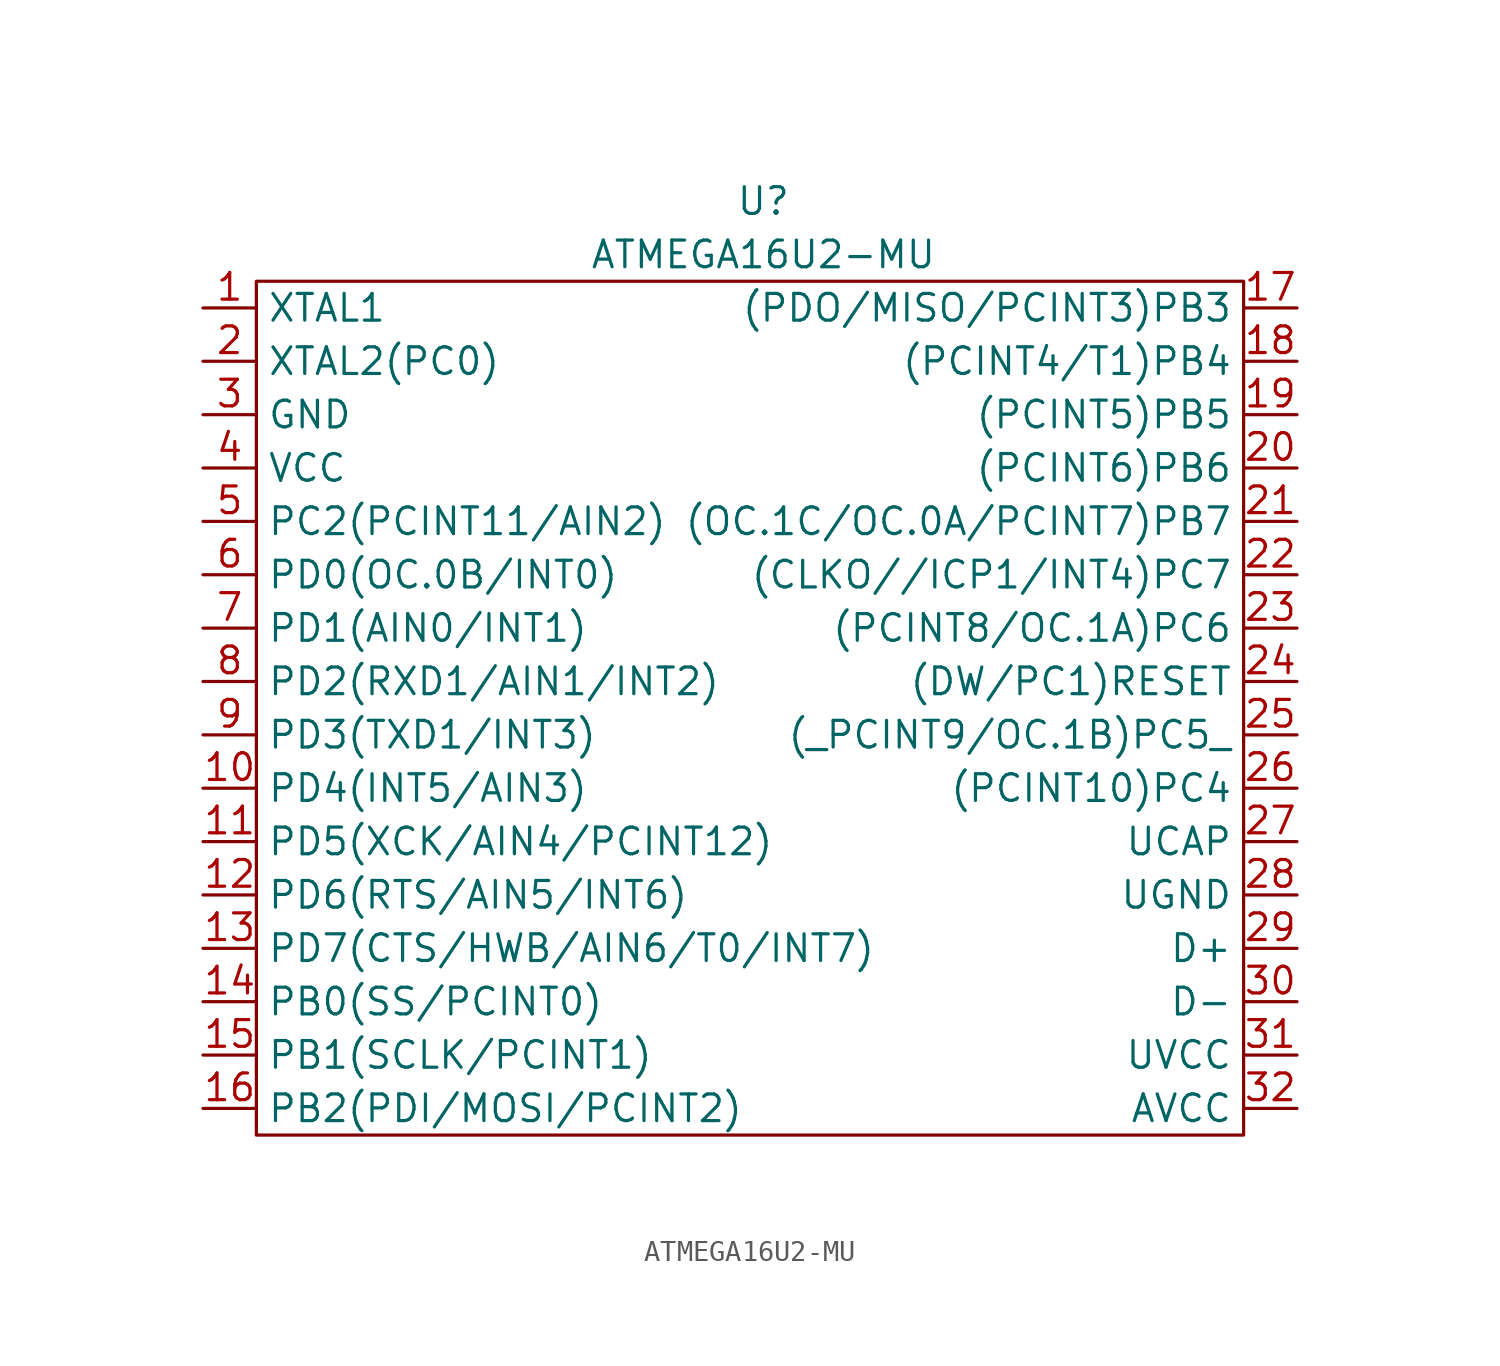
<source format=kicad_sym>
(kicad_symbol_lib
  (version 20211014)
  (generator kicad_symbol_editor)
  (symbol "ATMEGA16U2-MU"
    (property "Reference" "U"
      (at 0 24.13 0)
      (effects (font (size 1.27 1.27))))
    (property "Value" "ATMEGA16U2-MU"
      (at 0 21.59 0)
      (effects (font (size 1.27 1.27))))
    (symbol "ATMEGA16U2-MU_0_1"
      (rectangle (start -24.13 20.32) (end 22.86 -20.32) (stroke (width 0.152) (type default) (color 0 0 0 0)) (fill (type none))))
    (symbol "ATMEGA16U2-MU_1_1"
      (pin passive line (at -26.67 19.05 0) (length 2.54) (name "XTAL1" (effects (font (size 1.27 1.27)))) (number "1" (effects (font (size 1.27 1.27)))))
      (pin passive line (at -26.67 -3.81 0) (length 2.54) (name "PD4(INT5/AIN3)" (effects (font (size 1.27 1.27)))) (number "10" (effects (font (size 1.27 1.27)))))
      (pin passive line (at -26.67 -6.35 0) (length 2.54) (name "PD5(XCK/AIN4/PCINT12)" (effects (font (size 1.27 1.27)))) (number "11" (effects (font (size 1.27 1.27)))))
      (pin passive line (at -26.67 -8.89 0) (length 2.54) (name "PD6(RTS/AIN5/INT6)" (effects (font (size 1.27 1.27)))) (number "12" (effects (font (size 1.27 1.27)))))
      (pin passive line (at -26.67 -11.43 0) (length 2.54) (name "PD7(CTS/HWB/AIN6/T0/INT7)" (effects (font (size 1.27 1.27)))) (number "13" (effects (font (size 1.27 1.27)))))
      (pin passive line (at -26.67 -13.97 0) (length 2.54) (name "PB0(SS/PCINT0)" (effects (font (size 1.27 1.27)))) (number "14" (effects (font (size 1.27 1.27)))))
      (pin passive line (at -26.67 -16.51 0) (length 2.54) (name "PB1(SCLK/PCINT1)" (effects (font (size 1.27 1.27)))) (number "15" (effects (font (size 1.27 1.27)))))
      (pin passive line (at -26.67 -19.05 0) (length 2.54) (name "PB2(PDI/MOSI/PCINT2)" (effects (font (size 1.27 1.27)))) (number "16" (effects (font (size 1.27 1.27)))))
      (pin passive line (at 25.4 19.05 180) (length 2.54) (name "(PDO/MISO/PCINT3)PB3" (effects (font (size 1.27 1.27)))) (number "17" (effects (font (size 1.27 1.27)))))
      (pin passive line (at 25.4 16.51 180) (length 2.54) (name "(PCINT4/T1)PB4" (effects (font (size 1.27 1.27)))) (number "18" (effects (font (size 1.27 1.27)))))
      (pin passive line (at 25.4 13.97 180) (length 2.54) (name "(PCINT5)PB5" (effects (font (size 1.27 1.27)))) (number "19" (effects (font (size 1.27 1.27)))))
      (pin passive line (at -26.67 16.51 0) (length 2.54) (name "XTAL2(PC0)" (effects (font (size 1.27 1.27)))) (number "2" (effects (font (size 1.27 1.27)))))
      (pin passive line (at 25.4 11.43 180) (length 2.54) (name "(PCINT6)PB6" (effects (font (size 1.27 1.27)))) (number "20" (effects (font (size 1.27 1.27)))))
      (pin passive line (at 25.4 8.89 180) (length 2.54) (name "(OC.1C/OC.0A/PCINT7)PB7" (effects (font (size 1.27 1.27)))) (number "21" (effects (font (size 1.27 1.27)))))
      (pin passive line (at 25.4 6.35 180) (length 2.54) (name "(CLKO//ICP1/INT4)PC7" (effects (font (size 1.27 1.27)))) (number "22" (effects (font (size 1.27 1.27)))))
      (pin passive line (at 25.4 3.81 180) (length 2.54) (name "(PCINT8/OC.1A)PC6" (effects (font (size 1.27 1.27)))) (number "23" (effects (font (size 1.27 1.27)))))
      (pin passive line (at 25.4 1.27 180) (length 2.54) (name "(DW/PC1)RESET" (effects (font (size 1.27 1.27)))) (number "24" (effects (font (size 1.27 1.27)))))
      (pin passive line (at 25.4 -1.27 180) (length 2.54) (name "(_PCINT9/OC.1B)PC5_" (effects (font (size 1.27 1.27)))) (number "25" (effects (font (size 1.27 1.27)))))
      (pin passive line (at 25.4 -3.81 180) (length 2.54) (name "(PCINT10)PC4" (effects (font (size 1.27 1.27)))) (number "26" (effects (font (size 1.27 1.27)))))
      (pin passive line (at 25.4 -6.35 180) (length 2.54) (name "UCAP" (effects (font (size 1.27 1.27)))) (number "27" (effects (font (size 1.27 1.27)))))
      (pin passive line (at 25.4 -8.89 180) (length 2.54) (name "UGND" (effects (font (size 1.27 1.27)))) (number "28" (effects (font (size 1.27 1.27)))))
      (pin passive line (at 25.4 -11.43 180) (length 2.54) (name "D+" (effects (font (size 1.27 1.27)))) (number "29" (effects (font (size 1.27 1.27)))))
      (pin passive line (at -26.67 13.97 0) (length 2.54) (name "GND" (effects (font (size 1.27 1.27)))) (number "3" (effects (font (size 1.27 1.27)))))
      (pin passive line (at 25.4 -13.97 180) (length 2.54) (name "D-" (effects (font (size 1.27 1.27)))) (number "30" (effects (font (size 1.27 1.27)))))
      (pin passive line (at 25.4 -16.51 180) (length 2.54) (name "UVCC" (effects (font (size 1.27 1.27)))) (number "31" (effects (font (size 1.27 1.27)))))
      (pin passive line (at 25.4 -19.05 180) (length 2.54) (name "AVCC" (effects (font (size 1.27 1.27)))) (number "32" (effects (font (size 1.27 1.27)))))
      (pin passive line (at -26.67 11.43 0) (length 2.54) (name "VCC" (effects (font (size 1.27 1.27)))) (number "4" (effects (font (size 1.27 1.27)))))
      (pin passive line (at -26.67 8.89 0) (length 2.54) (name "PC2(PCINT11/AIN2)" (effects (font (size 1.27 1.27)))) (number "5" (effects (font (size 1.27 1.27)))))
      (pin passive line (at -26.67 6.35 0) (length 2.54) (name "PD0(OC.0B/INT0)" (effects (font (size 1.27 1.27)))) (number "6" (effects (font (size 1.27 1.27)))))
      (pin passive line (at -26.67 3.81 0) (length 2.54) (name "PD1(AIN0/INT1)" (effects (font (size 1.27 1.27)))) (number "7" (effects (font (size 1.27 1.27)))))
      (pin passive line (at -26.67 1.27 0) (length 2.54) (name "PD2(RXD1/AIN1/INT2)" (effects (font (size 1.27 1.27)))) (number "8" (effects (font (size 1.27 1.27)))))
      (pin passive line (at -26.67 -1.27 0) (length 2.54) (name "PD3(TXD1/INT3)" (effects (font (size 1.27 1.27)))) (number "9" (effects (font (size 1.27 1.27))))))))
</source>
